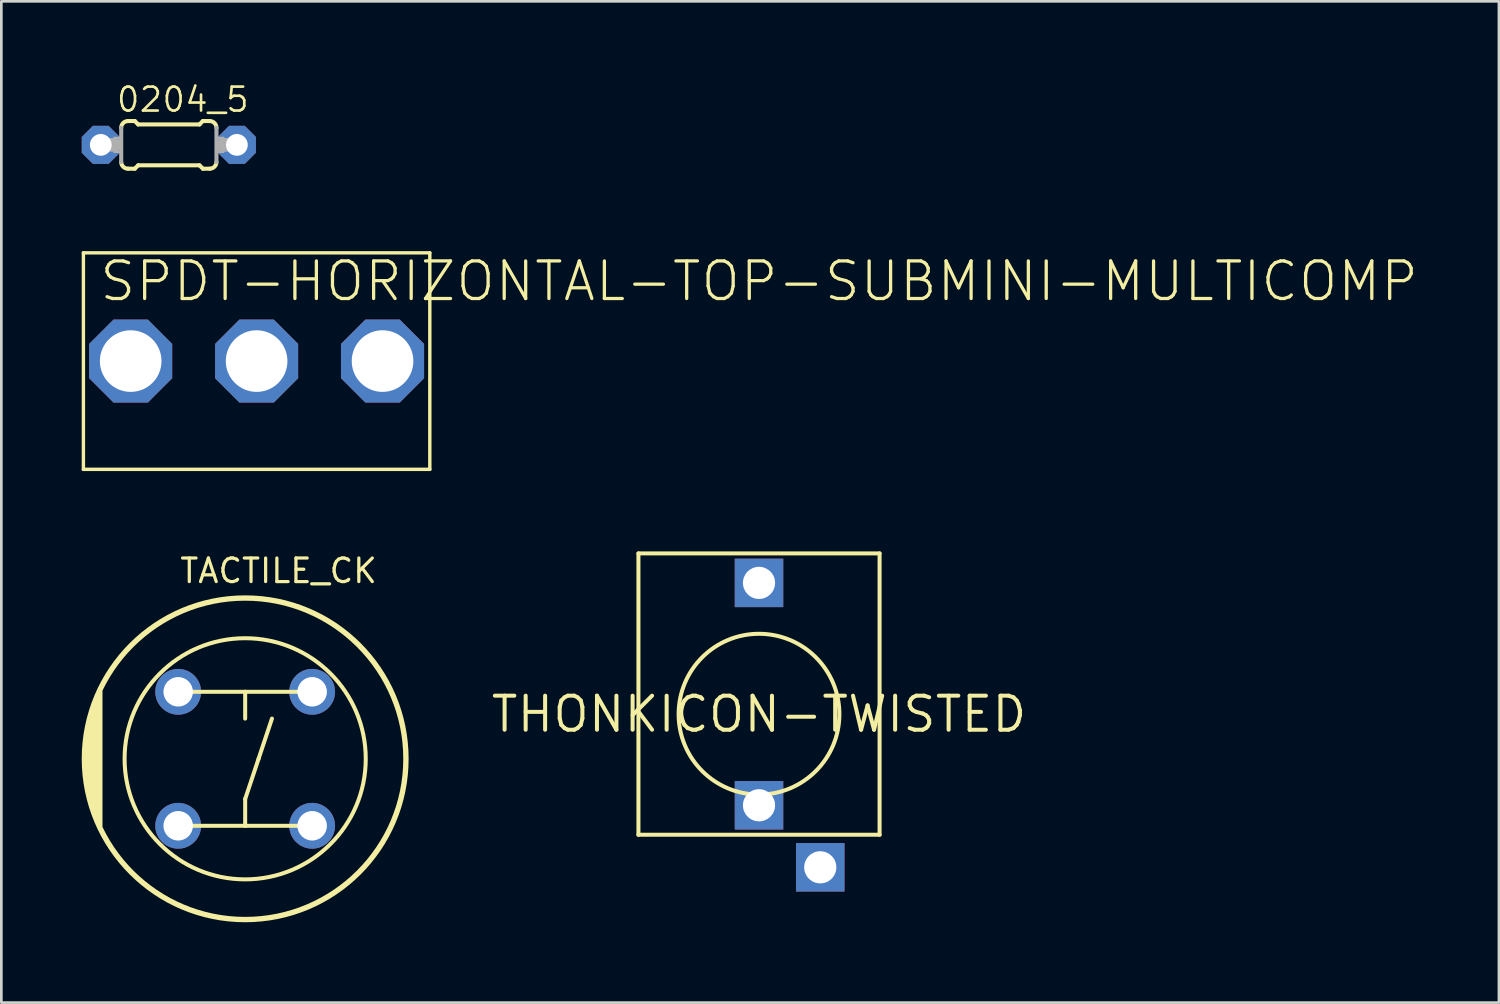
<source format=kicad_pcb>
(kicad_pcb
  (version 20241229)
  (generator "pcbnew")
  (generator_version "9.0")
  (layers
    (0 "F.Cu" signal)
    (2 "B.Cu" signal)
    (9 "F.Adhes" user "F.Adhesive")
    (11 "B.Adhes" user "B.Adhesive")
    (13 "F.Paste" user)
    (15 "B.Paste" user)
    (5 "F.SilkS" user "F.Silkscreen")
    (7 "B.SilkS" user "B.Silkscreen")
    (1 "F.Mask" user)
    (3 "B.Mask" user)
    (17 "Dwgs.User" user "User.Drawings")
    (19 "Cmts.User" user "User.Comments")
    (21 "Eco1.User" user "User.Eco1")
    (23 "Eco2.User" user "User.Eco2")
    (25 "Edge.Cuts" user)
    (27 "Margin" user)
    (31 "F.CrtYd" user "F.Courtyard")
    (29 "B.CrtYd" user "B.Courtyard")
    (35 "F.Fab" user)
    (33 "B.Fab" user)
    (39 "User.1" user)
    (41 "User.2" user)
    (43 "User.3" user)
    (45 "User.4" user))
  (footprint "THONKICON-TWISTED"
    (layer "F.Cu")
    (at 25.277 23.604)
    (property "Reference" "THONKICON-TWISTED" (at 0 0 0) (layer "F.SilkS") (effects (font (size 1.27 1.27) (thickness 0.15))))
    (fp_line (start -4.5 -6) (end -4.5 4.5) (stroke (width 0.15) (type solid)) (layer "F.SilkS"))
    (fp_line (start -4.5 4.5) (end 4.5 4.5) (stroke (width 0.15) (type solid)) (layer "F.SilkS"))
    (fp_line (start 4.5 -6) (end -4.5 -6) (stroke (width 0.15) (type solid)) (layer "F.SilkS"))
    (fp_line (start 4.5 4.5) (end 4.5 -6) (stroke (width 0.15) (type solid)) (layer "F.SilkS"))
    (fp_circle (center 0 0) (end 3 0) (stroke (width 0.15) (type solid)) (fill no) (layer "F.SilkS"))
    (pad "NORMAL" thru_hole rect (at 0 3.4) (size 1.81 1.81) (drill 1.2) (layers "*.Cu" "*.Mask"))
    (pad "RING" thru_hole rect (at 2.286 5.715) (size 1.81 1.81) (drill 1.2) (layers "*.Cu" "*.Mask"))
    (pad "TIP" thru_hole rect (at 0 -4.9) (size 1.81 1.81) (drill 1.2) (layers "*.Cu" "*.Mask")))
  (footprint "0204_5"
    (layer "F.Cu")
    (at 3.251 2.357)
    (property "Reference" "0204_5" (at -2.007 -1.168 0) (layer "F.SilkS") (effects (font (size 0.892 0.892) (thickness 0.099)) (justify left bottom)))
    (fp_line (start -1.524 -0.889) (end -1.27 -0.889) (stroke (width 0.152) (type solid)) (layer "F.SilkS"))
    (fp_line (start -1.524 0.889) (end -1.27 0.889) (stroke (width 0.152) (type solid)) (layer "F.SilkS"))
    (fp_line (start -1.143 -0.762) (end -1.27 -0.889) (stroke (width 0.152) (type solid)) (layer "F.SilkS"))
    (fp_line (start -1.143 0.762) (end -1.27 0.889) (stroke (width 0.152) (type solid)) (layer "F.SilkS"))
    (fp_line (start 1.143 -0.762) (end -1.143 -0.762) (stroke (width 0.152) (type solid)) (layer "F.SilkS"))
    (fp_line (start 1.143 -0.762) (end 1.27 -0.889) (stroke (width 0.152) (type solid)) (layer "F.SilkS"))
    (fp_line (start 1.143 0.762) (end -1.143 0.762) (stroke (width 0.152) (type solid)) (layer "F.SilkS"))
    (fp_line (start 1.143 0.762) (end 1.27 0.889) (stroke (width 0.152) (type solid)) (layer "F.SilkS"))
    (fp_line (start 1.524 -0.889) (end 1.27 -0.889) (stroke (width 0.152) (type solid)) (layer "F.SilkS"))
    (fp_line (start 1.524 0.889) (end 1.27 0.889) (stroke (width 0.152) (type solid)) (layer "F.SilkS"))
    (fp_arc (start -1.778 -0.635) (mid -1.703605 -0.814605) (end -1.524 -0.889) (stroke (width 0.1524) (type solid)) (layer "F.SilkS"))
    (fp_arc (start -1.524 0.889) (mid -1.703605 0.814605) (end -1.778 0.635) (stroke (width 0.1524) (type solid)) (layer "F.SilkS"))
    (fp_arc (start 1.524 -0.889) (mid 1.703605 -0.814605) (end 1.778 -0.635) (stroke (width 0.1524) (type solid)) (layer "F.SilkS"))
    (fp_arc (start 1.778 0.635) (mid 1.703605 0.814605) (end 1.524 0.889) (stroke (width 0.1524) (type solid)) (layer "F.SilkS"))
    (fp_line (start -2.54 0) (end -2.032 0) (stroke (width 0.508) (type solid)) (layer "F.Fab"))
    (fp_line (start -1.778 0.635) (end -1.778 -0.635) (stroke (width 0.152) (type solid)) (layer "F.Fab"))
    (fp_line (start 1.778 0.635) (end 1.778 -0.635) (stroke (width 0.152) (type solid)) (layer "F.Fab"))
    (fp_line (start 2.54 0) (end 2.032 0) (stroke (width 0.508) (type solid)) (layer "F.Fab"))
    (fp_poly (pts (xy -2.032 0.254) (xy -1.778 0.254) (xy -1.778 -0.254) (xy -2.032 -0.254)) (stroke (width 0.1) (type solid)) (fill no) (layer "F.Fab"))
    (fp_poly (pts (xy 1.778 0.254) (xy 2.032 0.254) (xy 2.032 -0.254) (xy 1.778 -0.254)) (stroke (width 0.1) (type solid)) (fill no) (layer "F.Fab"))
    (pad "1" thru_hole roundrect (at -2.54 0) (size 1.422 1.422) (drill 0.813) (layers "*.Cu" "*.Mask") (roundrect_rratio 0.25) (chamfer_ratio 0.293) (chamfer top_left top_right bottom_left bottom_right))
    (pad "2" thru_hole roundrect (at 2.54 0) (size 1.422 1.422) (drill 0.813) (layers "*.Cu" "*.Mask") (roundrect_rratio 0.25) (chamfer_ratio 0.293) (chamfer top_left top_right bottom_left bottom_right)))
  (footprint "TACTILE_CK"
    (layer "F.Cu")
    (at 6.1 25.269)
    (property "Reference" "TACTILE_CK" (at -2.5 -6.5 0) (layer "F.SilkS") (effects (font (size 0.88 0.88) (thickness 0.12)) (justify left bottom)))
    (fp_line (start -5.9 -0.7) (end -5.9 0.6) (stroke (width 0.15) (type solid)) (layer "F.SilkS"))
    (fp_line (start -5.8 -1.3) (end -5.8 1.3) (stroke (width 0.15) (type solid)) (layer "F.SilkS"))
    (fp_line (start -5.7 -1.7) (end -5.7 1.7) (stroke (width 0.15) (type solid)) (layer "F.SilkS"))
    (fp_line (start -5.6 2) (end -5.6 -2) (stroke (width 0.15) (type solid)) (layer "F.SilkS"))
    (fp_line (start -5.5 -2.3) (end -5.5 2.3) (stroke (width 0.15) (type solid)) (layer "F.SilkS"))
    (fp_line (start -5.4 -2.5) (end -5.4 2.5) (stroke (width 0.15) (type solid)) (layer "F.SilkS"))
    (fp_line (start -2 -2.5) (end 0 -2.5) (stroke (width 0.15) (type solid)) (layer "F.SilkS"))
    (fp_line (start -2 2.5) (end 0 2.5) (stroke (width 0.15) (type solid)) (layer "F.SilkS"))
    (fp_line (start 0 -2.5) (end 0 -1.5) (stroke (width 0.15) (type solid)) (layer "F.SilkS"))
    (fp_line (start 0 -2.5) (end 2 -2.5) (stroke (width 0.15) (type solid)) (layer "F.SilkS"))
    (fp_line (start 0 1.5) (end 0.5 0) (stroke (width 0.15) (type solid)) (layer "F.SilkS"))
    (fp_line (start 0 2.5) (end 0 1.5) (stroke (width 0.15) (type solid)) (layer "F.SilkS"))
    (fp_line (start 0 2.5) (end 2 2.5) (stroke (width 0.15) (type solid)) (layer "F.SilkS"))
    (fp_line (start 0.5 0) (end 1 -1.5) (stroke (width 0.15) (type solid)) (layer "F.SilkS"))
    (fp_circle (center 0 0) (end 4.5 0) (stroke (width 0.15) (type solid)) (fill no) (layer "F.SilkS"))
    (fp_circle (center 0 0) (end 6 0) (stroke (width 0.2) (type solid)) (fill no) (layer "F.SilkS"))
    (pad "P$1" thru_hole circle (at -2.5 -2.5) (size 1.71 1.71) (drill 1.1) (layers "*.Cu" "*.Mask"))
    (pad "P$2" thru_hole circle (at 2.5 -2.5) (size 1.71 1.71) (drill 1.1) (layers "*.Cu" "*.Mask"))
    (pad "P$3" thru_hole circle (at -2.5 2.5) (size 1.71 1.71) (drill 1.1) (layers "*.Cu" "*.Mask"))
    (pad "P$4" thru_hole circle (at 2.5 2.5) (size 1.71 1.71) (drill 1.1) (layers "*.Cu" "*.Mask")))
  (footprint "SPDT-HORIZONTAL-TOP-SUBMINI-MULTICOMP"
    (layer "F.Cu")
    (at 6.527 10.426)
    (property "Reference" "SPDT-HORIZONTAL-TOP-SUBMINI-MULTICOMP" (at -5.928 -2.158 0) (layer "F.SilkS") (effects (font (size 1.402 1.402) (thickness 0.122)) (justify left bottom)))
    (fp_line (start -6.464 -4.04) (end -6.464 4.04) (stroke (width 0.127) (type solid)) (layer "F.SilkS"))
    (fp_line (start -6.464 4.04) (end 6.464 4.04) (stroke (width 0.127) (type solid)) (layer "F.SilkS"))
    (fp_line (start 6.464 -4.04) (end -6.464 -4.04) (stroke (width 0.127) (type solid)) (layer "F.SilkS"))
    (fp_line (start 6.464 4.04) (end 6.464 -4.04) (stroke (width 0.127) (type solid)) (layer "F.SilkS"))
    (pad "1" thru_hole roundrect (at 4.7 0 90) (size 3.1 3.1) (drill 2.3) (layers "*.Cu" "*.Mask") (roundrect_rratio 0.25) (chamfer_ratio 0.293) (chamfer top_left top_right bottom_left bottom_right))
    (pad "2" thru_hole roundrect (at 0 0 90) (size 3.1 3.1) (drill 2.3) (layers "*.Cu" "*.Mask") (roundrect_rratio 0.25) (chamfer_ratio 0.293) (chamfer top_left top_right bottom_left bottom_right))
    (pad "3" thru_hole roundrect (at -4.7 0 90) (size 3.1 3.1) (drill 2.3) (layers "*.Cu" "*.Mask") (roundrect_rratio 0.25) (chamfer_ratio 0.293) (chamfer top_left top_right bottom_left bottom_right)))
  (gr_rect
    (start -3 -3)
    (end 52.892 34.369)
    (stroke (width 0.1) (type default))
    (fill no)
    (layer "Edge.Cuts")))
</source>
